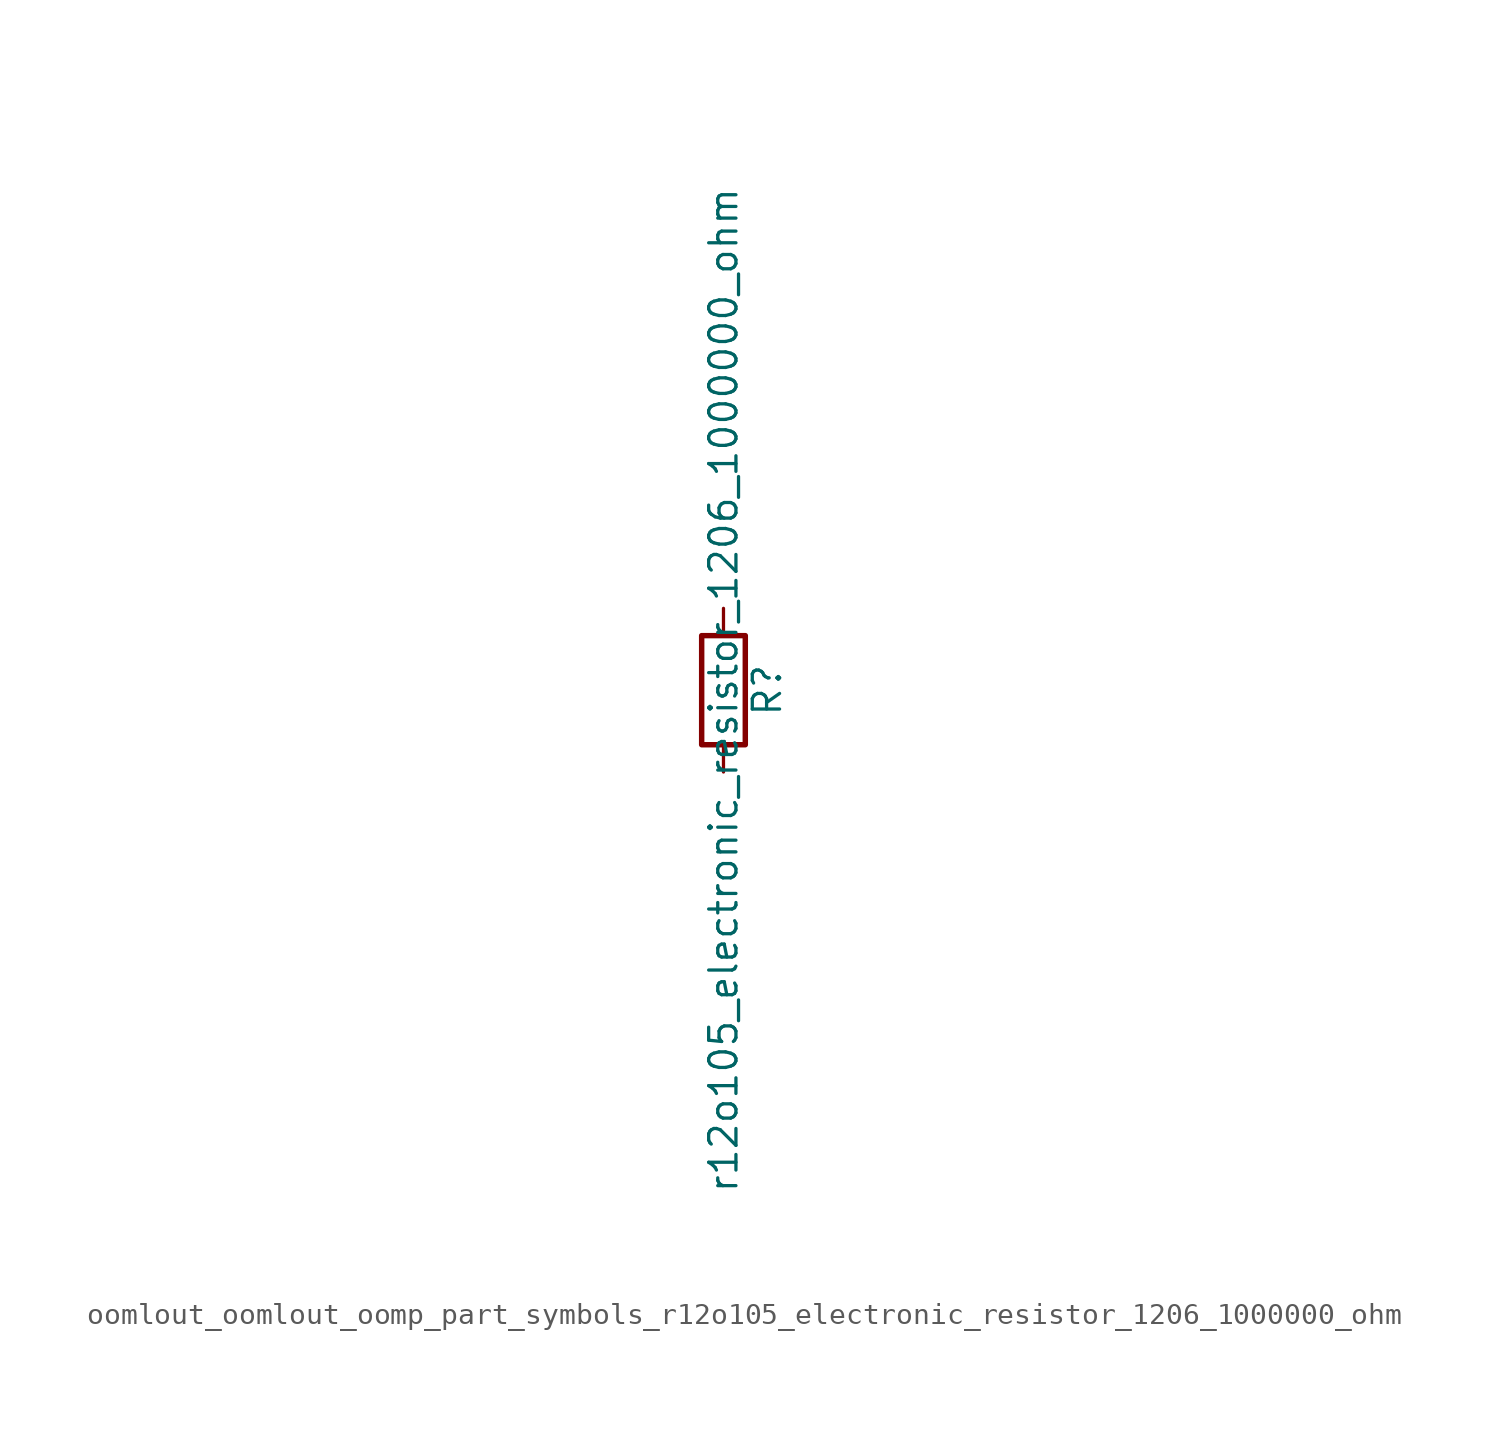
<source format=kicad_sym>
(kicad_symbol_lib
  (version 20220914)
  (generator kicad_symbol_editor)
  (symbol "oomlout_oomlout_oomp_part_symbols_r12o105_electronic_resistor_1206_1000000_ohm"
    (pin_numbers hide)
    (pin_names
      (offset 0))
    (property "Reference" "R"
      (at 2.032 0 90)
      (effects (font (size 1.27 1.27))))
    (property "Value" "r12o105_electronic_resistor_1206_1000000_ohm"
      (at 0 0 90)
      (effects (font (size 1.27 1.27))))
    (symbol "oomlout_oomlout_oomp_part_symbols_r12o105_electronic_resistor_1206_1000000_ohm_0_1"
      (rectangle (start -1.016 -2.54) (end 1.016 2.54) (stroke (width 0.254) (type default)) (fill (type none))))
    (symbol "oomlout_oomlout_oomp_part_symbols_r12o105_electronic_resistor_1206_1000000_ohm_1_1"
      (pin passive line (at 0 3.81 270) (length 1.27) (name "~" (effects (font (size 1.27 1.27)))) (number "1" (effects (font (size 1.27 1.27)))))
      (pin passive line (at 0 -3.81 90) (length 1.27) (name "~" (effects (font (size 1.27 1.27)))) (number "2" (effects (font (size 1.27 1.27))))))))
</source>
